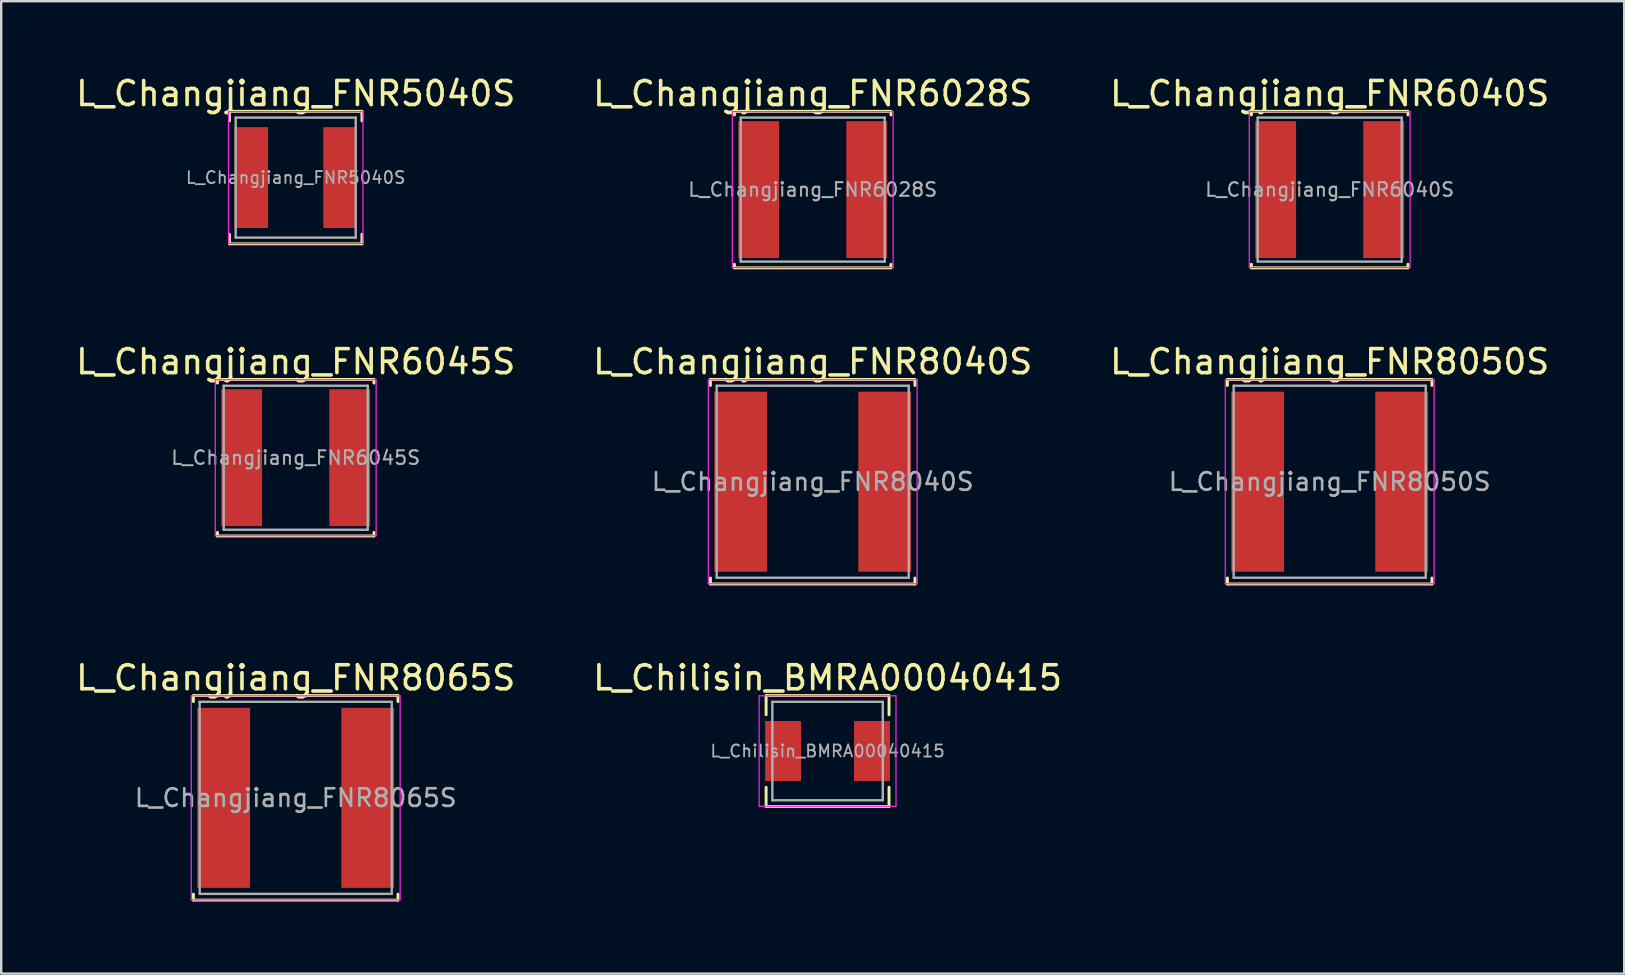
<source format=kicad_pcb>
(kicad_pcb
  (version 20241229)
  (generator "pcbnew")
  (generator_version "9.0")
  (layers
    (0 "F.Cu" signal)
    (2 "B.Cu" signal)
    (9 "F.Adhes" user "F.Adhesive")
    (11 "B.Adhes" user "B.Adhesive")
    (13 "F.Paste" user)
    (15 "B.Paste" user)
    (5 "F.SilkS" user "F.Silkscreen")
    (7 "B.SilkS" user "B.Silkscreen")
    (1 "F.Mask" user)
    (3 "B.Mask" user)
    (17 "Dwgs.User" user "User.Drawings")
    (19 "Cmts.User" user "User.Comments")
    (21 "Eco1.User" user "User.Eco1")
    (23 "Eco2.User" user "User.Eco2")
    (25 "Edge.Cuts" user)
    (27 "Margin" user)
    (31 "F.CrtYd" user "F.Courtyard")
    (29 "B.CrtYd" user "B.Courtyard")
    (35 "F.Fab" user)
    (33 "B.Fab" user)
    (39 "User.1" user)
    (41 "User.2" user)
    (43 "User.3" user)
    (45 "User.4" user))
  (footprint "L_Changjiang_FNR8040S"
    (layer "F.Cu")
    (at 30.804 17.017)
    (property "Reference" "L_Changjiang_FNR8040S" (at 0 -5 0) (layer "F.SilkS") (effects (font (size 1 1) (thickness 0.15))))
    (attr smd)
    (fp_line (start -4.26 -4.26) (end -4.26 -4.01) (stroke (width 0.12) (type solid)) (layer "F.SilkS"))
    (fp_line (start -4.26 -4.26) (end 4.26 -4.26) (stroke (width 0.12) (type solid)) (layer "F.SilkS"))
    (fp_line (start -4.26 4.26) (end -4.26 4.01) (stroke (width 0.12) (type solid)) (layer "F.SilkS"))
    (fp_line (start -4.26 4.26) (end 4.26 4.26) (stroke (width 0.12) (type solid)) (layer "F.SilkS"))
    (fp_line (start 4.26 -4.26) (end 4.26 -4.01) (stroke (width 0.12) (type solid)) (layer "F.SilkS"))
    (fp_line (start 4.26 4.26) (end 4.26 4.01) (stroke (width 0.12) (type solid)) (layer "F.SilkS"))
    (fp_line (start -4.35 -4.25) (end -4.35 4.25) (stroke (width 0.05) (type solid)) (layer "F.CrtYd"))
    (fp_line (start -4.35 4.25) (end 4.35 4.25) (stroke (width 0.05) (type solid)) (layer "F.CrtYd"))
    (fp_line (start 4.35 -4.25) (end -4.35 -4.25) (stroke (width 0.05) (type solid)) (layer "F.CrtYd"))
    (fp_line (start 4.35 4.25) (end 4.35 -4.25) (stroke (width 0.05) (type solid)) (layer "F.CrtYd"))
    (fp_line (start -4 -4) (end -4 4) (stroke (width 0.1) (type solid)) (layer "F.Fab"))
    (fp_line (start -4 4) (end 4 4) (stroke (width 0.1) (type solid)) (layer "F.Fab"))
    (fp_line (start 4 -4) (end -4 -4) (stroke (width 0.1) (type solid)) (layer "F.Fab"))
    (fp_line (start 4 4) (end 4 -4) (stroke (width 0.1) (type solid)) (layer "F.Fab"))
    (fp_text user "${REFERENCE}" (at 0 0 0) (layer "F.Fab") (effects (font (size 0.733 0.733) (thickness 0.11))))
    (pad "1" smd rect (at -3 0) (size 2.2 7.5) (layers "F.Cu" "F.Mask" "F.Paste"))
    (pad "2" smd rect (at 3 0) (size 2.2 7.5) (layers "F.Cu" "F.Mask" "F.Paste")))
  (footprint "L_Changjiang_FNR6028S"
    (layer "F.Cu")
    (at 30.804 4.848)
    (property "Reference" "L_Changjiang_FNR6028S" (at 0 -4 0) (layer "F.SilkS") (effects (font (size 1 1) (thickness 0.15))))
    (attr smd)
    (fp_line (start -3.26 -3.26) (end -3.26 -3.11) (stroke (width 0.12) (type solid)) (layer "F.SilkS"))
    (fp_line (start -3.26 -3.26) (end 3.26 -3.26) (stroke (width 0.12) (type solid)) (layer "F.SilkS"))
    (fp_line (start -3.26 3.26) (end -3.26 3.11) (stroke (width 0.12) (type solid)) (layer "F.SilkS"))
    (fp_line (start -3.26 3.26) (end 3.26 3.26) (stroke (width 0.12) (type solid)) (layer "F.SilkS"))
    (fp_line (start 3.26 -3.26) (end 3.26 -3.11) (stroke (width 0.12) (type solid)) (layer "F.SilkS"))
    (fp_line (start 3.26 3.26) (end 3.26 3.11) (stroke (width 0.12) (type solid)) (layer "F.SilkS"))
    (fp_line (start -3.35 -3.25) (end -3.35 3.25) (stroke (width 0.05) (type solid)) (layer "F.CrtYd"))
    (fp_line (start -3.35 3.25) (end 3.35 3.25) (stroke (width 0.05) (type solid)) (layer "F.CrtYd"))
    (fp_line (start 3.35 -3.25) (end -3.35 -3.25) (stroke (width 0.05) (type solid)) (layer "F.CrtYd"))
    (fp_line (start 3.35 3.25) (end 3.35 -3.25) (stroke (width 0.05) (type solid)) (layer "F.CrtYd"))
    (fp_line (start -3 -3) (end -3 3) (stroke (width 0.1) (type solid)) (layer "F.Fab"))
    (fp_line (start -3 3) (end 3 3) (stroke (width 0.1) (type solid)) (layer "F.Fab"))
    (fp_line (start 3 -3) (end -3 -3) (stroke (width 0.1) (type solid)) (layer "F.Fab"))
    (fp_line (start 3 3) (end 3 -3) (stroke (width 0.1) (type solid)) (layer "F.Fab"))
    (fp_text user "${REFERENCE}" (at 0 0 0) (layer "F.Fab") (effects (font (size 0.567 0.567) (thickness 0.085))))
    (pad "1" smd rect (at -2.25 0) (size 1.7 5.7) (layers "F.Cu" "F.Mask" "F.Paste"))
    (pad "2" smd rect (at 2.25 0) (size 1.7 5.7) (layers "F.Cu" "F.Mask" "F.Paste")))
  (footprint "L_Changjiang_FNR8050S"
    (layer "F.Cu")
    (at 52.339 17.017)
    (property "Reference" "L_Changjiang_FNR8050S" (at 0 -5 0) (layer "F.SilkS") (effects (font (size 1 1) (thickness 0.15))))
    (attr smd)
    (fp_line (start -4.26 -4.26) (end -4.26 -4.01) (stroke (width 0.12) (type solid)) (layer "F.SilkS"))
    (fp_line (start -4.26 -4.26) (end 4.26 -4.26) (stroke (width 0.12) (type solid)) (layer "F.SilkS"))
    (fp_line (start -4.26 4.26) (end -4.26 4.01) (stroke (width 0.12) (type solid)) (layer "F.SilkS"))
    (fp_line (start -4.26 4.26) (end 4.26 4.26) (stroke (width 0.12) (type solid)) (layer "F.SilkS"))
    (fp_line (start 4.26 -4.26) (end 4.26 -4.01) (stroke (width 0.12) (type solid)) (layer "F.SilkS"))
    (fp_line (start 4.26 4.26) (end 4.26 4.01) (stroke (width 0.12) (type solid)) (layer "F.SilkS"))
    (fp_line (start -4.35 -4.25) (end -4.35 4.25) (stroke (width 0.05) (type solid)) (layer "F.CrtYd"))
    (fp_line (start -4.35 4.25) (end 4.35 4.25) (stroke (width 0.05) (type solid)) (layer "F.CrtYd"))
    (fp_line (start 4.35 -4.25) (end -4.35 -4.25) (stroke (width 0.05) (type solid)) (layer "F.CrtYd"))
    (fp_line (start 4.35 4.25) (end 4.35 -4.25) (stroke (width 0.05) (type solid)) (layer "F.CrtYd"))
    (fp_line (start -4 -4) (end -4 4) (stroke (width 0.1) (type solid)) (layer "F.Fab"))
    (fp_line (start -4 4) (end 4 4) (stroke (width 0.1) (type solid)) (layer "F.Fab"))
    (fp_line (start 4 -4) (end -4 -4) (stroke (width 0.1) (type solid)) (layer "F.Fab"))
    (fp_line (start 4 4) (end 4 -4) (stroke (width 0.1) (type solid)) (layer "F.Fab"))
    (fp_text user "${REFERENCE}" (at 0 0 0) (layer "F.Fab") (effects (font (size 0.733 0.733) (thickness 0.11))))
    (pad "1" smd rect (at -3 0) (size 2.2 7.5) (layers "F.Cu" "F.Mask" "F.Paste"))
    (pad "2" smd rect (at 3 0) (size 2.2 7.5) (layers "F.Cu" "F.Mask" "F.Paste")))
  (footprint "L_Changjiang_FNR5040S"
    (layer "F.Cu")
    (at 9.268 4.348)
    (property "Reference" "L_Changjiang_FNR5040S" (at 0 -3.5 0) (layer "F.SilkS") (effects (font (size 1 1) (thickness 0.15))))
    (attr smd)
    (fp_line (start -2.76 -2.76) (end -2.76 -2.36) (stroke (width 0.12) (type solid)) (layer "F.SilkS"))
    (fp_line (start -2.76 -2.76) (end 2.76 -2.76) (stroke (width 0.12) (type solid)) (layer "F.SilkS"))
    (fp_line (start -2.76 2.76) (end -2.76 2.36) (stroke (width 0.12) (type solid)) (layer "F.SilkS"))
    (fp_line (start -2.76 2.76) (end 2.76 2.76) (stroke (width 0.12) (type solid)) (layer "F.SilkS"))
    (fp_line (start 2.76 -2.76) (end 2.76 -2.36) (stroke (width 0.12) (type solid)) (layer "F.SilkS"))
    (fp_line (start 2.76 2.76) (end 2.76 2.36) (stroke (width 0.12) (type solid)) (layer "F.SilkS"))
    (fp_line (start -2.8 -2.75) (end -2.8 2.75) (stroke (width 0.05) (type solid)) (layer "F.CrtYd"))
    (fp_line (start -2.8 2.75) (end 2.8 2.75) (stroke (width 0.05) (type solid)) (layer "F.CrtYd"))
    (fp_line (start 2.8 -2.75) (end -2.8 -2.75) (stroke (width 0.05) (type solid)) (layer "F.CrtYd"))
    (fp_line (start 2.8 2.75) (end 2.8 -2.75) (stroke (width 0.05) (type solid)) (layer "F.CrtYd"))
    (fp_line (start -2.5 -2.5) (end -2.5 2.5) (stroke (width 0.1) (type solid)) (layer "F.Fab"))
    (fp_line (start -2.5 2.5) (end 2.5 2.5) (stroke (width 0.1) (type solid)) (layer "F.Fab"))
    (fp_line (start 2.5 -2.5) (end -2.5 -2.5) (stroke (width 0.1) (type solid)) (layer "F.Fab"))
    (fp_line (start 2.5 2.5) (end 2.5 -2.5) (stroke (width 0.1) (type solid)) (layer "F.Fab"))
    (fp_text user "${REFERENCE}" (at 0 0 0) (layer "F.Fab") (effects (font (size 0.5 0.5) (thickness 0.075))))
    (pad "1" smd rect (at -1.85 0) (size 1.4 4.2) (layers "F.Cu" "F.Mask" "F.Paste"))
    (pad "2" smd rect (at 1.85 0) (size 1.4 4.2) (layers "F.Cu" "F.Mask" "F.Paste")))
  (footprint "L_Changjiang_FNR6040S"
    (layer "F.Cu")
    (at 52.339 4.848)
    (property "Reference" "L_Changjiang_FNR6040S" (at 0 -4 0) (layer "F.SilkS") (effects (font (size 1 1) (thickness 0.15))))
    (attr smd)
    (fp_line (start -3.26 -3.26) (end -3.26 -3.11) (stroke (width 0.12) (type solid)) (layer "F.SilkS"))
    (fp_line (start -3.26 -3.26) (end 3.26 -3.26) (stroke (width 0.12) (type solid)) (layer "F.SilkS"))
    (fp_line (start -3.26 3.26) (end -3.26 3.11) (stroke (width 0.12) (type solid)) (layer "F.SilkS"))
    (fp_line (start -3.26 3.26) (end 3.26 3.26) (stroke (width 0.12) (type solid)) (layer "F.SilkS"))
    (fp_line (start 3.26 -3.26) (end 3.26 -3.11) (stroke (width 0.12) (type solid)) (layer "F.SilkS"))
    (fp_line (start 3.26 3.26) (end 3.26 3.11) (stroke (width 0.12) (type solid)) (layer "F.SilkS"))
    (fp_line (start -3.35 -3.25) (end -3.35 3.25) (stroke (width 0.05) (type solid)) (layer "F.CrtYd"))
    (fp_line (start -3.35 3.25) (end 3.35 3.25) (stroke (width 0.05) (type solid)) (layer "F.CrtYd"))
    (fp_line (start 3.35 -3.25) (end -3.35 -3.25) (stroke (width 0.05) (type solid)) (layer "F.CrtYd"))
    (fp_line (start 3.35 3.25) (end 3.35 -3.25) (stroke (width 0.05) (type solid)) (layer "F.CrtYd"))
    (fp_line (start -3 -3) (end -3 3) (stroke (width 0.1) (type solid)) (layer "F.Fab"))
    (fp_line (start -3 3) (end 3 3) (stroke (width 0.1) (type solid)) (layer "F.Fab"))
    (fp_line (start 3 -3) (end -3 -3) (stroke (width 0.1) (type solid)) (layer "F.Fab"))
    (fp_line (start 3 3) (end 3 -3) (stroke (width 0.1) (type solid)) (layer "F.Fab"))
    (fp_text user "${REFERENCE}" (at 0 0 0) (layer "F.Fab") (effects (font (size 0.567 0.567) (thickness 0.085))))
    (pad "1" smd rect (at -2.25 0) (size 1.7 5.7) (layers "F.Cu" "F.Mask" "F.Paste"))
    (pad "2" smd rect (at 2.25 0) (size 1.7 5.7) (layers "F.Cu" "F.Mask" "F.Paste")))
  (footprint "L_Changjiang_FNR6045S"
    (layer "F.Cu")
    (at 9.268 16.017)
    (property "Reference" "L_Changjiang_FNR6045S" (at 0 -4 0) (layer "F.SilkS") (effects (font (size 1 1) (thickness 0.15))))
    (attr smd)
    (fp_line (start -3.26 -3.26) (end -3.26 -3.11) (stroke (width 0.12) (type solid)) (layer "F.SilkS"))
    (fp_line (start -3.26 -3.26) (end 3.26 -3.26) (stroke (width 0.12) (type solid)) (layer "F.SilkS"))
    (fp_line (start -3.26 3.26) (end -3.26 3.11) (stroke (width 0.12) (type solid)) (layer "F.SilkS"))
    (fp_line (start -3.26 3.26) (end 3.26 3.26) (stroke (width 0.12) (type solid)) (layer "F.SilkS"))
    (fp_line (start 3.26 -3.26) (end 3.26 -3.11) (stroke (width 0.12) (type solid)) (layer "F.SilkS"))
    (fp_line (start 3.26 3.26) (end 3.26 3.11) (stroke (width 0.12) (type solid)) (layer "F.SilkS"))
    (fp_line (start -3.35 -3.25) (end -3.35 3.25) (stroke (width 0.05) (type solid)) (layer "F.CrtYd"))
    (fp_line (start -3.35 3.25) (end 3.35 3.25) (stroke (width 0.05) (type solid)) (layer "F.CrtYd"))
    (fp_line (start 3.35 -3.25) (end -3.35 -3.25) (stroke (width 0.05) (type solid)) (layer "F.CrtYd"))
    (fp_line (start 3.35 3.25) (end 3.35 -3.25) (stroke (width 0.05) (type solid)) (layer "F.CrtYd"))
    (fp_line (start -3 -3) (end -3 3) (stroke (width 0.1) (type solid)) (layer "F.Fab"))
    (fp_line (start -3 3) (end 3 3) (stroke (width 0.1) (type solid)) (layer "F.Fab"))
    (fp_line (start 3 -3) (end -3 -3) (stroke (width 0.1) (type solid)) (layer "F.Fab"))
    (fp_line (start 3 3) (end 3 -3) (stroke (width 0.1) (type solid)) (layer "F.Fab"))
    (fp_text user "${REFERENCE}" (at 0 0 0) (layer "F.Fab") (effects (font (size 0.567 0.567) (thickness 0.085))))
    (pad "1" smd rect (at -2.25 0) (size 1.7 5.7) (layers "F.Cu" "F.Mask" "F.Paste"))
    (pad "2" smd rect (at 2.25 0) (size 1.7 5.7) (layers "F.Cu" "F.Mask" "F.Paste")))
  (footprint "L_Chilisin_BMRA00040415"
    (layer "F.Cu")
    (at 31.423 28.235)
    (property "Reference" "L_Chilisin_BMRA00040415" (at 0 -3.05 0) (layer "F.SilkS") (effects (font (size 1 1) (thickness 0.15))))
    (attr smd)
    (fp_line (start -2.56 -2.31) (end -2.56 -1.51) (stroke (width 0.12) (type solid)) (layer "F.SilkS"))
    (fp_line (start -2.56 -2.31) (end 2.56 -2.31) (stroke (width 0.12) (type solid)) (layer "F.SilkS"))
    (fp_line (start -2.56 2.31) (end -2.56 1.51) (stroke (width 0.12) (type solid)) (layer "F.SilkS"))
    (fp_line (start -2.56 2.31) (end 2.56 2.31) (stroke (width 0.12) (type solid)) (layer "F.SilkS"))
    (fp_line (start 2.56 -2.31) (end 2.56 -1.51) (stroke (width 0.12) (type solid)) (layer "F.SilkS"))
    (fp_line (start 2.56 2.31) (end 2.56 1.51) (stroke (width 0.12) (type solid)) (layer "F.SilkS"))
    (fp_line (start -2.85 -2.3) (end -2.85 2.3) (stroke (width 0.05) (type solid)) (layer "F.CrtYd"))
    (fp_line (start -2.85 2.3) (end 2.85 2.3) (stroke (width 0.05) (type solid)) (layer "F.CrtYd"))
    (fp_line (start 2.85 -2.3) (end -2.85 -2.3) (stroke (width 0.05) (type solid)) (layer "F.CrtYd"))
    (fp_line (start 2.85 2.3) (end 2.85 -2.3) (stroke (width 0.05) (type solid)) (layer "F.CrtYd"))
    (fp_line (start -2.3 -2.05) (end -2.3 2.05) (stroke (width 0.1) (type solid)) (layer "F.Fab"))
    (fp_line (start -2.3 2.05) (end 2.3 2.05) (stroke (width 0.1) (type solid)) (layer "F.Fab"))
    (fp_line (start 2.3 -2.05) (end -2.3 -2.05) (stroke (width 0.1) (type solid)) (layer "F.Fab"))
    (fp_line (start 2.3 2.05) (end 2.3 -2.05) (stroke (width 0.1) (type solid)) (layer "F.Fab"))
    (fp_text user "${REFERENCE}" (at 0 0 0) (layer "F.Fab") (effects (font (size 0.5 0.5) (thickness 0.075))))
    (pad "1" smd rect (at -1.85 0) (size 1.5 2.5) (layers "F.Cu" "F.Mask" "F.Paste"))
    (pad "2" smd rect (at 1.85 0) (size 1.5 2.5) (layers "F.Cu" "F.Mask" "F.Paste")))
  (footprint "L_Changjiang_FNR8065S"
    (layer "F.Cu")
    (at 9.268 30.185)
    (property "Reference" "L_Changjiang_FNR8065S" (at 0 -5 0) (layer "F.SilkS") (effects (font (size 1 1) (thickness 0.15))))
    (attr smd)
    (fp_line (start -4.26 -4.26) (end -4.26 -4.01) (stroke (width 0.12) (type solid)) (layer "F.SilkS"))
    (fp_line (start -4.26 -4.26) (end 4.26 -4.26) (stroke (width 0.12) (type solid)) (layer "F.SilkS"))
    (fp_line (start -4.26 4.26) (end -4.26 4.01) (stroke (width 0.12) (type solid)) (layer "F.SilkS"))
    (fp_line (start -4.26 4.26) (end 4.26 4.26) (stroke (width 0.12) (type solid)) (layer "F.SilkS"))
    (fp_line (start 4.26 -4.26) (end 4.26 -4.01) (stroke (width 0.12) (type solid)) (layer "F.SilkS"))
    (fp_line (start 4.26 4.26) (end 4.26 4.01) (stroke (width 0.12) (type solid)) (layer "F.SilkS"))
    (fp_line (start -4.35 -4.25) (end -4.35 4.25) (stroke (width 0.05) (type solid)) (layer "F.CrtYd"))
    (fp_line (start -4.35 4.25) (end 4.35 4.25) (stroke (width 0.05) (type solid)) (layer "F.CrtYd"))
    (fp_line (start 4.35 -4.25) (end -4.35 -4.25) (stroke (width 0.05) (type solid)) (layer "F.CrtYd"))
    (fp_line (start 4.35 4.25) (end 4.35 -4.25) (stroke (width 0.05) (type solid)) (layer "F.CrtYd"))
    (fp_line (start -4 -4) (end -4 4) (stroke (width 0.1) (type solid)) (layer "F.Fab"))
    (fp_line (start -4 4) (end 4 4) (stroke (width 0.1) (type solid)) (layer "F.Fab"))
    (fp_line (start 4 -4) (end -4 -4) (stroke (width 0.1) (type solid)) (layer "F.Fab"))
    (fp_line (start 4 4) (end 4 -4) (stroke (width 0.1) (type solid)) (layer "F.Fab"))
    (fp_text user "${REFERENCE}" (at 0 0 0) (layer "F.Fab") (effects (font (size 0.733 0.733) (thickness 0.11))))
    (pad "1" smd rect (at -3 0) (size 2.2 7.5) (layers "F.Cu" "F.Mask" "F.Paste"))
    (pad "2" smd rect (at 3 0) (size 2.2 7.5) (layers "F.Cu" "F.Mask" "F.Paste")))
  (gr_rect
    (start -3 -3)
    (end 64.607 37.505)
    (stroke (width 0.1) (type default))
    (fill no)
    (layer "Edge.Cuts")))
</source>
